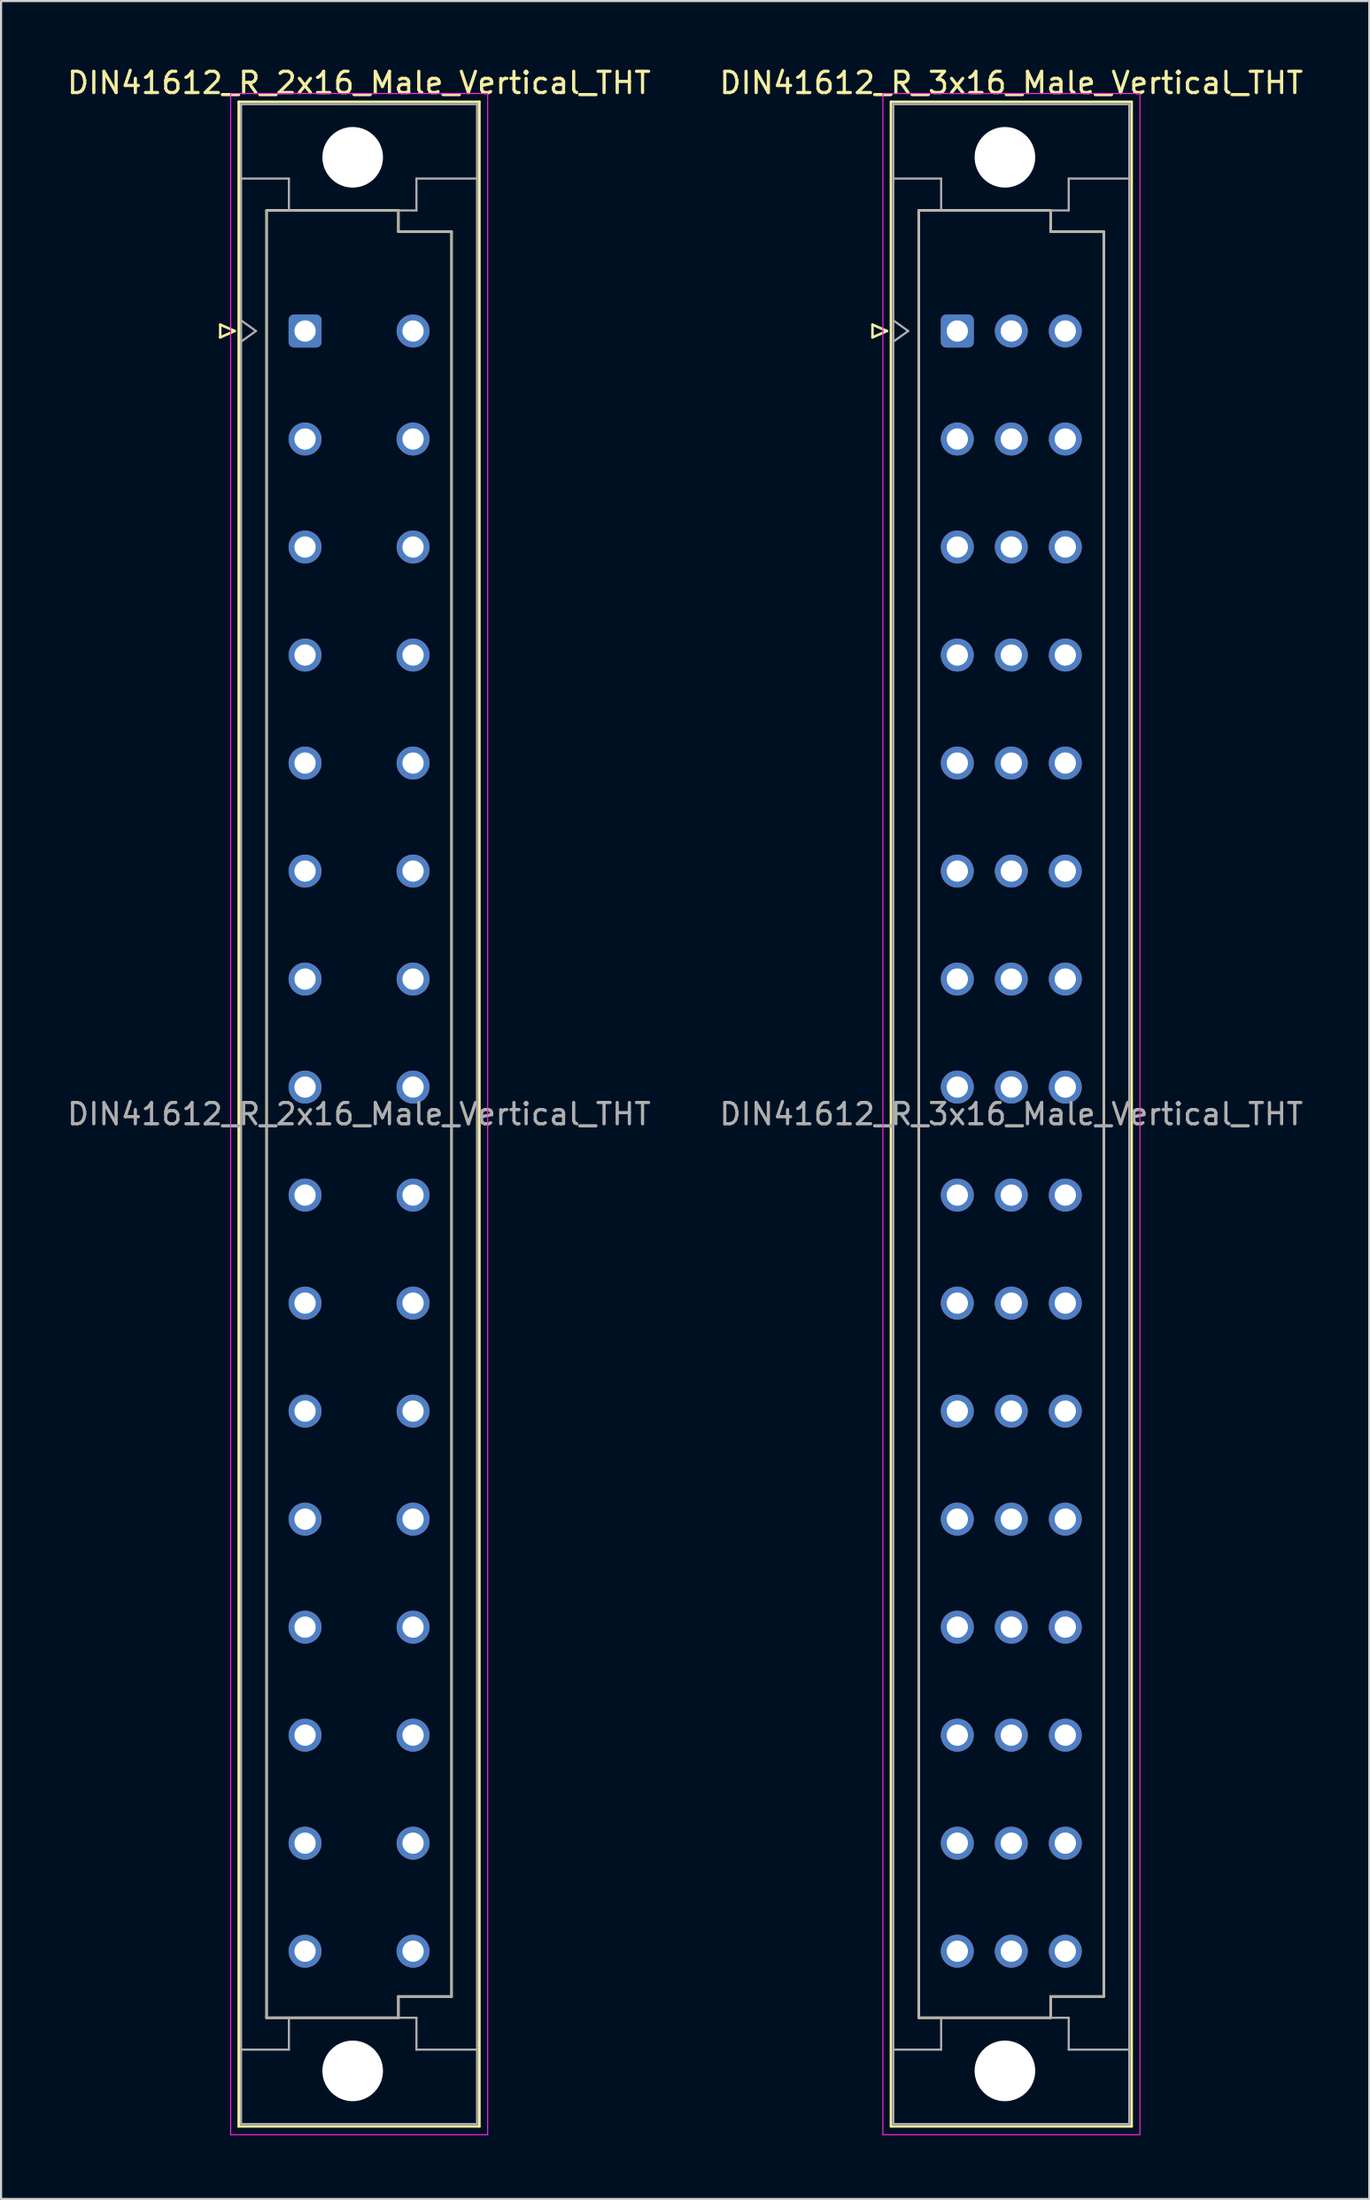
<source format=kicad_pcb>
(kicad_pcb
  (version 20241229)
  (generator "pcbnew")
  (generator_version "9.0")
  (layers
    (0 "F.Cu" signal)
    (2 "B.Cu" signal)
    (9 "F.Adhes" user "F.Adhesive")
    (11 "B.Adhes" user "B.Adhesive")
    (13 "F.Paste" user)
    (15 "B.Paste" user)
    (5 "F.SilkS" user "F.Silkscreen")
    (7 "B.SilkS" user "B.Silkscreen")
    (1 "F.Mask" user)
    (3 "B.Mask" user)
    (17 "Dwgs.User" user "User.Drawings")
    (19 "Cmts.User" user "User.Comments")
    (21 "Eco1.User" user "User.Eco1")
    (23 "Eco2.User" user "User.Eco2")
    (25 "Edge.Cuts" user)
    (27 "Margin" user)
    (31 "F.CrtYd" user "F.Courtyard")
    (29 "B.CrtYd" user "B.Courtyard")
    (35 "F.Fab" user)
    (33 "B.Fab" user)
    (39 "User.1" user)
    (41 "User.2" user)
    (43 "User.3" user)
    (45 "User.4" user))
  (footprint "DIN41612_R_2x16_Male_Vertical_THT"
    (layer "F.Cu")
    (at 11.299 9.978)
    (property "Reference" "DIN41612_R_2x16_Male_Vertical_THT" (at 2.54 -9.13 0) (layer "F.SilkS") (effects (font (size 1 1) (thickness 0.15))))
    (attr through_hole)
    (fp_line (start -3.99 2.24) (end -3.99 2.84) (stroke (width 0.12) (type solid)) (layer "F.SilkS"))
    (fp_line (start -3.99 2.84) (end -3.31 2.54) (stroke (width 0.12) (type solid)) (layer "F.SilkS"))
    (fp_line (start -3.31 2.54) (end -3.99 2.24) (stroke (width 0.12) (type solid)) (layer "F.SilkS"))
    (fp_line (start -3.12 -8.24) (end 8.2 -8.24) (stroke (width 0.12) (type solid)) (layer "F.SilkS"))
    (fp_line (start -3.12 86.98) (end -3.12 -8.24) (stroke (width 0.12) (type solid)) (layer "F.SilkS"))
    (fp_line (start -1.81 -3.131) (end 4.39 -3.131) (stroke (width 0.12) (type solid)) (layer "F.SilkS"))
    (fp_line (start -1.81 81.87) (end -1.81 -3.131) (stroke (width 0.12) (type solid)) (layer "F.SilkS"))
    (fp_line (start 4.39 -3.131) (end 4.39 -2.131) (stroke (width 0.12) (type solid)) (layer "F.SilkS"))
    (fp_line (start 4.39 -2.131) (end 6.89 -2.131) (stroke (width 0.12) (type solid)) (layer "F.SilkS"))
    (fp_line (start 4.39 80.87) (end 4.39 81.87) (stroke (width 0.12) (type solid)) (layer "F.SilkS"))
    (fp_line (start 4.39 81.87) (end -1.81 81.87) (stroke (width 0.12) (type solid)) (layer "F.SilkS"))
    (fp_line (start 6.89 -2.131) (end 6.89 80.87) (stroke (width 0.12) (type solid)) (layer "F.SilkS"))
    (fp_line (start 6.89 80.87) (end 4.39 80.87) (stroke (width 0.12) (type solid)) (layer "F.SilkS"))
    (fp_line (start 8.2 -8.24) (end 8.2 86.98) (stroke (width 0.12) (type solid)) (layer "F.SilkS"))
    (fp_line (start 8.2 86.98) (end -3.12 86.98) (stroke (width 0.12) (type solid)) (layer "F.SilkS"))
    (fp_line (start -3.5 -8.63) (end 8.59 -8.63) (stroke (width 0.05) (type solid)) (layer "F.CrtYd"))
    (fp_line (start -3.5 87.37) (end -3.5 -8.63) (stroke (width 0.05) (type solid)) (layer "F.CrtYd"))
    (fp_line (start 8.59 -8.63) (end 8.59 87.37) (stroke (width 0.05) (type solid)) (layer "F.CrtYd"))
    (fp_line (start 8.59 87.37) (end -3.5 87.37) (stroke (width 0.05) (type solid)) (layer "F.CrtYd"))
    (fp_line (start -3.01 -8.13) (end 8.09 -8.13) (stroke (width 0.1) (type solid)) (layer "F.Fab"))
    (fp_line (start -3.01 -4.63) (end -0.76 -4.63) (stroke (width 0.1) (type solid)) (layer "F.Fab"))
    (fp_line (start -3.01 2.04) (end -2.31 2.54) (stroke (width 0.1) (type solid)) (layer "F.Fab"))
    (fp_line (start -3.01 83.37) (end -0.76 83.37) (stroke (width 0.1) (type solid)) (layer "F.Fab"))
    (fp_line (start -3.01 86.87) (end -3.01 -8.13) (stroke (width 0.1) (type solid)) (layer "F.Fab"))
    (fp_line (start -2.31 2.54) (end -3.01 3.04) (stroke (width 0.1) (type solid)) (layer "F.Fab"))
    (fp_line (start -1.81 -3.13) (end 4.39 -3.13) (stroke (width 0.1) (type solid)) (layer "F.Fab"))
    (fp_line (start -1.81 81.87) (end -1.81 -3.13) (stroke (width 0.1) (type solid)) (layer "F.Fab"))
    (fp_line (start -0.76 -4.63) (end -0.76 -3.13) (stroke (width 0.1) (type solid)) (layer "F.Fab"))
    (fp_line (start -0.76 83.37) (end -0.76 81.87) (stroke (width 0.1) (type solid)) (layer "F.Fab"))
    (fp_line (start 4.39 -3.13) (end 4.39 -2.13) (stroke (width 0.1) (type solid)) (layer "F.Fab"))
    (fp_line (start 4.39 -3.13) (end 5.24 -3.13) (stroke (width 0.1) (type solid)) (layer "F.Fab"))
    (fp_line (start 4.39 -2.13) (end 6.89 -2.13) (stroke (width 0.1) (type solid)) (layer "F.Fab"))
    (fp_line (start 4.39 80.87) (end 4.39 81.87) (stroke (width 0.1) (type solid)) (layer "F.Fab"))
    (fp_line (start 4.39 81.87) (end -1.81 81.87) (stroke (width 0.1) (type solid)) (layer "F.Fab"))
    (fp_line (start 4.39 81.87) (end 5.24 81.87) (stroke (width 0.1) (type solid)) (layer "F.Fab"))
    (fp_line (start 5.24 -4.63) (end 8.09 -4.63) (stroke (width 0.1) (type solid)) (layer "F.Fab"))
    (fp_line (start 5.24 -3.13) (end 5.24 -4.63) (stroke (width 0.1) (type solid)) (layer "F.Fab"))
    (fp_line (start 5.24 81.87) (end 5.24 83.37) (stroke (width 0.1) (type solid)) (layer "F.Fab"))
    (fp_line (start 5.24 83.37) (end 8.09 83.37) (stroke (width 0.1) (type solid)) (layer "F.Fab"))
    (fp_line (start 6.89 -2.13) (end 6.89 80.87) (stroke (width 0.1) (type solid)) (layer "F.Fab"))
    (fp_line (start 6.89 80.87) (end 4.39 80.87) (stroke (width 0.1) (type solid)) (layer "F.Fab"))
    (fp_line (start 8.09 -8.13) (end 8.09 86.87) (stroke (width 0.1) (type solid)) (layer "F.Fab"))
    (fp_line (start 8.09 86.87) (end -3.01 86.87) (stroke (width 0.1) (type solid)) (layer "F.Fab"))
    (fp_text user "${REFERENCE}" (at 2.54 39.37 0) (layer "F.Fab") (effects (font (size 1 1) (thickness 0.15))))
    (pad "" np_thru_hole circle (at 2.24 -5.63) (size 2.85 2.85) (drill 2.85) (layers "*.Cu" "*.Mask"))
    (pad "" np_thru_hole circle (at 2.24 84.37) (size 2.85 2.85) (drill 2.85) (layers "*.Cu" "*.Mask"))
    (pad "a2" thru_hole roundrect (at 0 2.54) (size 1.55 1.55) (drill 1) (layers "*.Cu" "*.Mask") (roundrect_rratio 0.161))
    (pad "a4" thru_hole circle (at 0 7.62) (size 1.55 1.55) (drill 1) (layers "*.Cu" "*.Mask"))
    (pad "a6" thru_hole circle (at 0 12.7) (size 1.55 1.55) (drill 1) (layers "*.Cu" "*.Mask"))
    (pad "a8" thru_hole circle (at 0 17.78) (size 1.55 1.55) (drill 1) (layers "*.Cu" "*.Mask"))
    (pad "a10" thru_hole circle (at 0 22.86) (size 1.55 1.55) (drill 1) (layers "*.Cu" "*.Mask"))
    (pad "a12" thru_hole circle (at 0 27.94) (size 1.55 1.55) (drill 1) (layers "*.Cu" "*.Mask"))
    (pad "a14" thru_hole circle (at 0 33.02) (size 1.55 1.55) (drill 1) (layers "*.Cu" "*.Mask"))
    (pad "a16" thru_hole circle (at 0 38.1) (size 1.55 1.55) (drill 1) (layers "*.Cu" "*.Mask"))
    (pad "a18" thru_hole circle (at 0 43.18) (size 1.55 1.55) (drill 1) (layers "*.Cu" "*.Mask"))
    (pad "a20" thru_hole circle (at 0 48.26) (size 1.55 1.55) (drill 1) (layers "*.Cu" "*.Mask"))
    (pad "a22" thru_hole circle (at 0 53.34) (size 1.55 1.55) (drill 1) (layers "*.Cu" "*.Mask"))
    (pad "a24" thru_hole circle (at 0 58.42) (size 1.55 1.55) (drill 1) (layers "*.Cu" "*.Mask"))
    (pad "a26" thru_hole circle (at 0 63.5) (size 1.55 1.55) (drill 1) (layers "*.Cu" "*.Mask"))
    (pad "a28" thru_hole circle (at 0 68.58) (size 1.55 1.55) (drill 1) (layers "*.Cu" "*.Mask"))
    (pad "a30" thru_hole circle (at 0 73.66) (size 1.55 1.55) (drill 1) (layers "*.Cu" "*.Mask"))
    (pad "a32" thru_hole circle (at 0 78.74) (size 1.55 1.55) (drill 1) (layers "*.Cu" "*.Mask"))
    (pad "c2" thru_hole circle (at 5.08 2.54) (size 1.55 1.55) (drill 1) (layers "*.Cu" "*.Mask"))
    (pad "c4" thru_hole circle (at 5.08 7.62) (size 1.55 1.55) (drill 1) (layers "*.Cu" "*.Mask"))
    (pad "c6" thru_hole circle (at 5.08 12.7) (size 1.55 1.55) (drill 1) (layers "*.Cu" "*.Mask"))
    (pad "c8" thru_hole circle (at 5.08 17.78) (size 1.55 1.55) (drill 1) (layers "*.Cu" "*.Mask"))
    (pad "c10" thru_hole circle (at 5.08 22.86) (size 1.55 1.55) (drill 1) (layers "*.Cu" "*.Mask"))
    (pad "c12" thru_hole circle (at 5.08 27.94) (size 1.55 1.55) (drill 1) (layers "*.Cu" "*.Mask"))
    (pad "c14" thru_hole circle (at 5.08 33.02) (size 1.55 1.55) (drill 1) (layers "*.Cu" "*.Mask"))
    (pad "c16" thru_hole circle (at 5.08 38.1) (size 1.55 1.55) (drill 1) (layers "*.Cu" "*.Mask"))
    (pad "c18" thru_hole circle (at 5.08 43.18) (size 1.55 1.55) (drill 1) (layers "*.Cu" "*.Mask"))
    (pad "c20" thru_hole circle (at 5.08 48.26) (size 1.55 1.55) (drill 1) (layers "*.Cu" "*.Mask"))
    (pad "c22" thru_hole circle (at 5.08 53.34) (size 1.55 1.55) (drill 1) (layers "*.Cu" "*.Mask"))
    (pad "c24" thru_hole circle (at 5.08 58.42) (size 1.55 1.55) (drill 1) (layers "*.Cu" "*.Mask"))
    (pad "c26" thru_hole circle (at 5.08 63.5) (size 1.55 1.55) (drill 1) (layers "*.Cu" "*.Mask"))
    (pad "c28" thru_hole circle (at 5.08 68.58) (size 1.55 1.55) (drill 1) (layers "*.Cu" "*.Mask"))
    (pad "c30" thru_hole circle (at 5.08 73.66) (size 1.55 1.55) (drill 1) (layers "*.Cu" "*.Mask"))
    (pad "c32" thru_hole circle (at 5.08 78.74) (size 1.55 1.55) (drill 1) (layers "*.Cu" "*.Mask")))
  (footprint "DIN41612_R_3x16_Male_Vertical_THT"
    (layer "F.Cu")
    (at 41.978 9.978)
    (property "Reference" "DIN41612_R_3x16_Male_Vertical_THT" (at 2.54 -9.13 0) (layer "F.SilkS") (effects (font (size 1 1) (thickness 0.15))))
    (attr through_hole)
    (fp_line (start -3.99 2.24) (end -3.99 2.84) (stroke (width 0.12) (type solid)) (layer "F.SilkS"))
    (fp_line (start -3.99 2.84) (end -3.31 2.54) (stroke (width 0.12) (type solid)) (layer "F.SilkS"))
    (fp_line (start -3.31 2.54) (end -3.99 2.24) (stroke (width 0.12) (type solid)) (layer "F.SilkS"))
    (fp_line (start -3.12 -8.24) (end 8.2 -8.24) (stroke (width 0.12) (type solid)) (layer "F.SilkS"))
    (fp_line (start -3.12 86.98) (end -3.12 -8.24) (stroke (width 0.12) (type solid)) (layer "F.SilkS"))
    (fp_line (start -1.81 -3.131) (end 4.39 -3.131) (stroke (width 0.12) (type solid)) (layer "F.SilkS"))
    (fp_line (start -1.81 81.87) (end -1.81 -3.131) (stroke (width 0.12) (type solid)) (layer "F.SilkS"))
    (fp_line (start 4.39 -3.131) (end 4.39 -2.131) (stroke (width 0.12) (type solid)) (layer "F.SilkS"))
    (fp_line (start 4.39 -2.131) (end 6.89 -2.131) (stroke (width 0.12) (type solid)) (layer "F.SilkS"))
    (fp_line (start 4.39 80.87) (end 4.39 81.87) (stroke (width 0.12) (type solid)) (layer "F.SilkS"))
    (fp_line (start 4.39 81.87) (end -1.81 81.87) (stroke (width 0.12) (type solid)) (layer "F.SilkS"))
    (fp_line (start 6.89 -2.131) (end 6.89 80.87) (stroke (width 0.12) (type solid)) (layer "F.SilkS"))
    (fp_line (start 6.89 80.87) (end 4.39 80.87) (stroke (width 0.12) (type solid)) (layer "F.SilkS"))
    (fp_line (start 8.2 -8.24) (end 8.2 86.98) (stroke (width 0.12) (type solid)) (layer "F.SilkS"))
    (fp_line (start 8.2 86.98) (end -3.12 86.98) (stroke (width 0.12) (type solid)) (layer "F.SilkS"))
    (fp_line (start -3.5 -8.63) (end 8.59 -8.63) (stroke (width 0.05) (type solid)) (layer "F.CrtYd"))
    (fp_line (start -3.5 87.37) (end -3.5 -8.63) (stroke (width 0.05) (type solid)) (layer "F.CrtYd"))
    (fp_line (start 8.59 -8.63) (end 8.59 87.37) (stroke (width 0.05) (type solid)) (layer "F.CrtYd"))
    (fp_line (start 8.59 87.37) (end -3.5 87.37) (stroke (width 0.05) (type solid)) (layer "F.CrtYd"))
    (fp_line (start -3.01 -8.13) (end 8.09 -8.13) (stroke (width 0.1) (type solid)) (layer "F.Fab"))
    (fp_line (start -3.01 -4.63) (end -0.76 -4.63) (stroke (width 0.1) (type solid)) (layer "F.Fab"))
    (fp_line (start -3.01 2.04) (end -2.31 2.54) (stroke (width 0.1) (type solid)) (layer "F.Fab"))
    (fp_line (start -3.01 83.37) (end -0.76 83.37) (stroke (width 0.1) (type solid)) (layer "F.Fab"))
    (fp_line (start -3.01 86.87) (end -3.01 -8.13) (stroke (width 0.1) (type solid)) (layer "F.Fab"))
    (fp_line (start -2.31 2.54) (end -3.01 3.04) (stroke (width 0.1) (type solid)) (layer "F.Fab"))
    (fp_line (start -1.81 -3.13) (end 4.39 -3.13) (stroke (width 0.1) (type solid)) (layer "F.Fab"))
    (fp_line (start -1.81 81.87) (end -1.81 -3.13) (stroke (width 0.1) (type solid)) (layer "F.Fab"))
    (fp_line (start -0.76 -4.63) (end -0.76 -3.13) (stroke (width 0.1) (type solid)) (layer "F.Fab"))
    (fp_line (start -0.76 83.37) (end -0.76 81.87) (stroke (width 0.1) (type solid)) (layer "F.Fab"))
    (fp_line (start 4.39 -3.13) (end 4.39 -2.13) (stroke (width 0.1) (type solid)) (layer "F.Fab"))
    (fp_line (start 4.39 -3.13) (end 5.24 -3.13) (stroke (width 0.1) (type solid)) (layer "F.Fab"))
    (fp_line (start 4.39 -2.13) (end 6.89 -2.13) (stroke (width 0.1) (type solid)) (layer "F.Fab"))
    (fp_line (start 4.39 80.87) (end 4.39 81.87) (stroke (width 0.1) (type solid)) (layer "F.Fab"))
    (fp_line (start 4.39 81.87) (end -1.81 81.87) (stroke (width 0.1) (type solid)) (layer "F.Fab"))
    (fp_line (start 4.39 81.87) (end 5.24 81.87) (stroke (width 0.1) (type solid)) (layer "F.Fab"))
    (fp_line (start 5.24 -4.63) (end 8.09 -4.63) (stroke (width 0.1) (type solid)) (layer "F.Fab"))
    (fp_line (start 5.24 -3.13) (end 5.24 -4.63) (stroke (width 0.1) (type solid)) (layer "F.Fab"))
    (fp_line (start 5.24 81.87) (end 5.24 83.37) (stroke (width 0.1) (type solid)) (layer "F.Fab"))
    (fp_line (start 5.24 83.37) (end 8.09 83.37) (stroke (width 0.1) (type solid)) (layer "F.Fab"))
    (fp_line (start 6.89 -2.13) (end 6.89 80.87) (stroke (width 0.1) (type solid)) (layer "F.Fab"))
    (fp_line (start 6.89 80.87) (end 4.39 80.87) (stroke (width 0.1) (type solid)) (layer "F.Fab"))
    (fp_line (start 8.09 -8.13) (end 8.09 86.87) (stroke (width 0.1) (type solid)) (layer "F.Fab"))
    (fp_line (start 8.09 86.87) (end -3.01 86.87) (stroke (width 0.1) (type solid)) (layer "F.Fab"))
    (fp_text user "${REFERENCE}" (at 2.54 39.37 0) (layer "F.Fab") (effects (font (size 1 1) (thickness 0.15))))
    (pad "" np_thru_hole circle (at 2.24 -5.63) (size 2.85 2.85) (drill 2.85) (layers "*.Cu" "*.Mask"))
    (pad "" np_thru_hole circle (at 2.24 84.37) (size 2.85 2.85) (drill 2.85) (layers "*.Cu" "*.Mask"))
    (pad "a2" thru_hole roundrect (at 0 2.54) (size 1.55 1.55) (drill 1) (layers "*.Cu" "*.Mask") (roundrect_rratio 0.161))
    (pad "a4" thru_hole circle (at 0 7.62) (size 1.55 1.55) (drill 1) (layers "*.Cu" "*.Mask"))
    (pad "a6" thru_hole circle (at 0 12.7) (size 1.55 1.55) (drill 1) (layers "*.Cu" "*.Mask"))
    (pad "a8" thru_hole circle (at 0 17.78) (size 1.55 1.55) (drill 1) (layers "*.Cu" "*.Mask"))
    (pad "a10" thru_hole circle (at 0 22.86) (size 1.55 1.55) (drill 1) (layers "*.Cu" "*.Mask"))
    (pad "a12" thru_hole circle (at 0 27.94) (size 1.55 1.55) (drill 1) (layers "*.Cu" "*.Mask"))
    (pad "a14" thru_hole circle (at 0 33.02) (size 1.55 1.55) (drill 1) (layers "*.Cu" "*.Mask"))
    (pad "a16" thru_hole circle (at 0 38.1) (size 1.55 1.55) (drill 1) (layers "*.Cu" "*.Mask"))
    (pad "a18" thru_hole circle (at 0 43.18) (size 1.55 1.55) (drill 1) (layers "*.Cu" "*.Mask"))
    (pad "a20" thru_hole circle (at 0 48.26) (size 1.55 1.55) (drill 1) (layers "*.Cu" "*.Mask"))
    (pad "a22" thru_hole circle (at 0 53.34) (size 1.55 1.55) (drill 1) (layers "*.Cu" "*.Mask"))
    (pad "a24" thru_hole circle (at 0 58.42) (size 1.55 1.55) (drill 1) (layers "*.Cu" "*.Mask"))
    (pad "a26" thru_hole circle (at 0 63.5) (size 1.55 1.55) (drill 1) (layers "*.Cu" "*.Mask"))
    (pad "a28" thru_hole circle (at 0 68.58) (size 1.55 1.55) (drill 1) (layers "*.Cu" "*.Mask"))
    (pad "a30" thru_hole circle (at 0 73.66) (size 1.55 1.55) (drill 1) (layers "*.Cu" "*.Mask"))
    (pad "a32" thru_hole circle (at 0 78.74) (size 1.55 1.55) (drill 1) (layers "*.Cu" "*.Mask"))
    (pad "b2" thru_hole circle (at 2.54 2.54) (size 1.55 1.55) (drill 1) (layers "*.Cu" "*.Mask"))
    (pad "b4" thru_hole circle (at 2.54 7.62) (size 1.55 1.55) (drill 1) (layers "*.Cu" "*.Mask"))
    (pad "b6" thru_hole circle (at 2.54 12.7) (size 1.55 1.55) (drill 1) (layers "*.Cu" "*.Mask"))
    (pad "b8" thru_hole circle (at 2.54 17.78) (size 1.55 1.55) (drill 1) (layers "*.Cu" "*.Mask"))
    (pad "b10" thru_hole circle (at 2.54 22.86) (size 1.55 1.55) (drill 1) (layers "*.Cu" "*.Mask"))
    (pad "b12" thru_hole circle (at 2.54 27.94) (size 1.55 1.55) (drill 1) (layers "*.Cu" "*.Mask"))
    (pad "b14" thru_hole circle (at 2.54 33.02) (size 1.55 1.55) (drill 1) (layers "*.Cu" "*.Mask"))
    (pad "b16" thru_hole circle (at 2.54 38.1) (size 1.55 1.55) (drill 1) (layers "*.Cu" "*.Mask"))
    (pad "b18" thru_hole circle (at 2.54 43.18) (size 1.55 1.55) (drill 1) (layers "*.Cu" "*.Mask"))
    (pad "b20" thru_hole circle (at 2.54 48.26) (size 1.55 1.55) (drill 1) (layers "*.Cu" "*.Mask"))
    (pad "b22" thru_hole circle (at 2.54 53.34) (size 1.55 1.55) (drill 1) (layers "*.Cu" "*.Mask"))
    (pad "b24" thru_hole circle (at 2.54 58.42) (size 1.55 1.55) (drill 1) (layers "*.Cu" "*.Mask"))
    (pad "b26" thru_hole circle (at 2.54 63.5) (size 1.55 1.55) (drill 1) (layers "*.Cu" "*.Mask"))
    (pad "b28" thru_hole circle (at 2.54 68.58) (size 1.55 1.55) (drill 1) (layers "*.Cu" "*.Mask"))
    (pad "b30" thru_hole circle (at 2.54 73.66) (size 1.55 1.55) (drill 1) (layers "*.Cu" "*.Mask"))
    (pad "b32" thru_hole circle (at 2.54 78.74) (size 1.55 1.55) (drill 1) (layers "*.Cu" "*.Mask"))
    (pad "c2" thru_hole circle (at 5.08 2.54) (size 1.55 1.55) (drill 1) (layers "*.Cu" "*.Mask"))
    (pad "c4" thru_hole circle (at 5.08 7.62) (size 1.55 1.55) (drill 1) (layers "*.Cu" "*.Mask"))
    (pad "c6" thru_hole circle (at 5.08 12.7) (size 1.55 1.55) (drill 1) (layers "*.Cu" "*.Mask"))
    (pad "c8" thru_hole circle (at 5.08 17.78) (size 1.55 1.55) (drill 1) (layers "*.Cu" "*.Mask"))
    (pad "c10" thru_hole circle (at 5.08 22.86) (size 1.55 1.55) (drill 1) (layers "*.Cu" "*.Mask"))
    (pad "c12" thru_hole circle (at 5.08 27.94) (size 1.55 1.55) (drill 1) (layers "*.Cu" "*.Mask"))
    (pad "c14" thru_hole circle (at 5.08 33.02) (size 1.55 1.55) (drill 1) (layers "*.Cu" "*.Mask"))
    (pad "c16" thru_hole circle (at 5.08 38.1) (size 1.55 1.55) (drill 1) (layers "*.Cu" "*.Mask"))
    (pad "c18" thru_hole circle (at 5.08 43.18) (size 1.55 1.55) (drill 1) (layers "*.Cu" "*.Mask"))
    (pad "c20" thru_hole circle (at 5.08 48.26) (size 1.55 1.55) (drill 1) (layers "*.Cu" "*.Mask"))
    (pad "c22" thru_hole circle (at 5.08 53.34) (size 1.55 1.55) (drill 1) (layers "*.Cu" "*.Mask"))
    (pad "c24" thru_hole circle (at 5.08 58.42) (size 1.55 1.55) (drill 1) (layers "*.Cu" "*.Mask"))
    (pad "c26" thru_hole circle (at 5.08 63.5) (size 1.55 1.55) (drill 1) (layers "*.Cu" "*.Mask"))
    (pad "c28" thru_hole circle (at 5.08 68.58) (size 1.55 1.55) (drill 1) (layers "*.Cu" "*.Mask"))
    (pad "c30" thru_hole circle (at 5.08 73.66) (size 1.55 1.55) (drill 1) (layers "*.Cu" "*.Mask"))
    (pad "c32" thru_hole circle (at 5.08 78.74) (size 1.55 1.55) (drill 1) (layers "*.Cu" "*.Mask")))
  (gr_rect
    (start -3 -3)
    (end 61.357 100.373)
    (stroke (width 0.1) (type default))
    (fill no)
    (layer "Edge.Cuts")))
</source>
